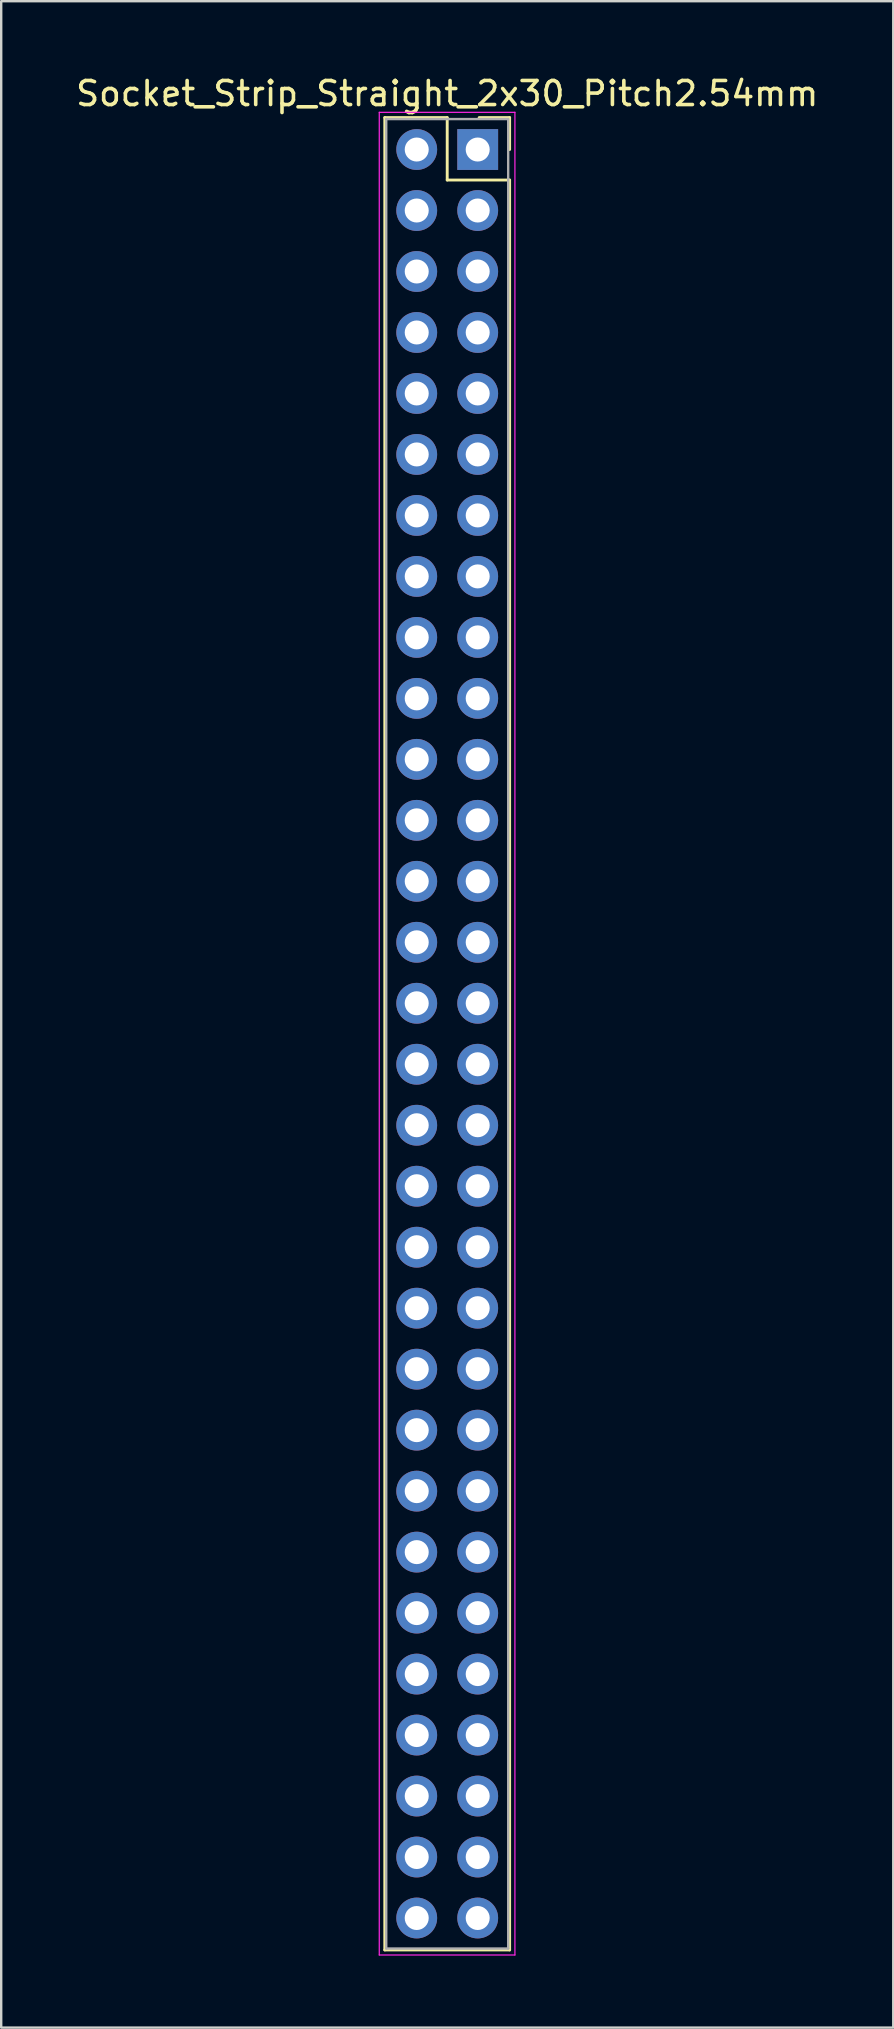
<source format=kicad_pcb>
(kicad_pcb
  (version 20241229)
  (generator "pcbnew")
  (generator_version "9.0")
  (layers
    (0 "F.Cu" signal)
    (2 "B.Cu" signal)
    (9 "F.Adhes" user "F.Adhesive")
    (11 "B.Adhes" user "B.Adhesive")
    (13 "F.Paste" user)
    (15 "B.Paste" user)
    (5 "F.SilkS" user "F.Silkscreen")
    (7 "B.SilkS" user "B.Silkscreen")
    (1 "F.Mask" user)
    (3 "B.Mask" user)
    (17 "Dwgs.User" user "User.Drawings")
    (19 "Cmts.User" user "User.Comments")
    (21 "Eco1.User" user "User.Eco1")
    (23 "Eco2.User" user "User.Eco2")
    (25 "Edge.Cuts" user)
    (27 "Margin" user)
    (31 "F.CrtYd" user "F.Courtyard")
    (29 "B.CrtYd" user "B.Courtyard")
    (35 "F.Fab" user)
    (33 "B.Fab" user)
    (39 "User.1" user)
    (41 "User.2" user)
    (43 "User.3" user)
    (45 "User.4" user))
  (footprint "Socket_Strip_Straight_2x30_Pitch2.54mm"
    (layer "F.Cu")
    (at 16.847 3.178)
    (property "Reference" "Socket_Strip_Straight_2x30_Pitch2.54mm" (at -1.27 -2.33 0) (layer "F.SilkS") (effects (font (size 1 1) (thickness 0.15))))
    (attr through_hole)
    (fp_line (start -3.87 -1.33) (end -1.27 -1.33) (stroke (width 0.12) (type solid)) (layer "F.SilkS"))
    (fp_line (start -3.87 74.99) (end -3.87 -1.33) (stroke (width 0.12) (type solid)) (layer "F.SilkS"))
    (fp_line (start -1.27 -1.33) (end -1.27 1.27) (stroke (width 0.12) (type solid)) (layer "F.SilkS"))
    (fp_line (start -1.27 1.27) (end 1.33 1.27) (stroke (width 0.12) (type solid)) (layer "F.SilkS"))
    (fp_line (start 1.33 -1.33) (end 0.06 -1.33) (stroke (width 0.12) (type solid)) (layer "F.SilkS"))
    (fp_line (start 1.33 0) (end 1.33 -1.33) (stroke (width 0.12) (type solid)) (layer "F.SilkS"))
    (fp_line (start 1.33 1.27) (end 1.33 74.99) (stroke (width 0.12) (type solid)) (layer "F.SilkS"))
    (fp_line (start 1.33 74.99) (end -3.87 74.99) (stroke (width 0.12) (type solid)) (layer "F.SilkS"))
    (fp_line (start -4.1 -1.55) (end -4.1 75.2) (stroke (width 0.05) (type solid)) (layer "F.CrtYd"))
    (fp_line (start -4.1 75.2) (end 1.55 75.2) (stroke (width 0.05) (type solid)) (layer "F.CrtYd"))
    (fp_line (start 1.55 -1.55) (end -4.1 -1.55) (stroke (width 0.05) (type solid)) (layer "F.CrtYd"))
    (fp_line (start 1.55 75.2) (end 1.55 -1.55) (stroke (width 0.05) (type solid)) (layer "F.CrtYd"))
    (fp_line (start -3.81 -1.27) (end -3.81 74.93) (stroke (width 0.1) (type solid)) (layer "F.Fab"))
    (fp_line (start -3.81 74.93) (end 1.27 74.93) (stroke (width 0.1) (type solid)) (layer "F.Fab"))
    (fp_line (start 1.27 -1.27) (end -3.81 -1.27) (stroke (width 0.1) (type solid)) (layer "F.Fab"))
    (fp_line (start 1.27 74.93) (end 1.27 -1.27) (stroke (width 0.1) (type solid)) (layer "F.Fab"))
    (pad "1" thru_hole rect (at 0 0) (size 1.7 1.7) (drill 1) (layers "*.Cu" "*.Mask"))
    (pad "2" thru_hole oval (at -2.54 0) (size 1.7 1.7) (drill 1) (layers "*.Cu" "*.Mask"))
    (pad "3" thru_hole oval (at 0 2.54) (size 1.7 1.7) (drill 1) (layers "*.Cu" "*.Mask"))
    (pad "4" thru_hole oval (at -2.54 2.54) (size 1.7 1.7) (drill 1) (layers "*.Cu" "*.Mask"))
    (pad "5" thru_hole oval (at 0 5.08) (size 1.7 1.7) (drill 1) (layers "*.Cu" "*.Mask"))
    (pad "6" thru_hole oval (at -2.54 5.08) (size 1.7 1.7) (drill 1) (layers "*.Cu" "*.Mask"))
    (pad "7" thru_hole oval (at 0 7.62) (size 1.7 1.7) (drill 1) (layers "*.Cu" "*.Mask"))
    (pad "8" thru_hole oval (at -2.54 7.62) (size 1.7 1.7) (drill 1) (layers "*.Cu" "*.Mask"))
    (pad "9" thru_hole oval (at 0 10.16) (size 1.7 1.7) (drill 1) (layers "*.Cu" "*.Mask"))
    (pad "10" thru_hole oval (at -2.54 10.16) (size 1.7 1.7) (drill 1) (layers "*.Cu" "*.Mask"))
    (pad "11" thru_hole oval (at 0 12.7) (size 1.7 1.7) (drill 1) (layers "*.Cu" "*.Mask"))
    (pad "12" thru_hole oval (at -2.54 12.7) (size 1.7 1.7) (drill 1) (layers "*.Cu" "*.Mask"))
    (pad "13" thru_hole oval (at 0 15.24) (size 1.7 1.7) (drill 1) (layers "*.Cu" "*.Mask"))
    (pad "14" thru_hole oval (at -2.54 15.24) (size 1.7 1.7) (drill 1) (layers "*.Cu" "*.Mask"))
    (pad "15" thru_hole oval (at 0 17.78) (size 1.7 1.7) (drill 1) (layers "*.Cu" "*.Mask"))
    (pad "16" thru_hole oval (at -2.54 17.78) (size 1.7 1.7) (drill 1) (layers "*.Cu" "*.Mask"))
    (pad "17" thru_hole oval (at 0 20.32) (size 1.7 1.7) (drill 1) (layers "*.Cu" "*.Mask"))
    (pad "18" thru_hole oval (at -2.54 20.32) (size 1.7 1.7) (drill 1) (layers "*.Cu" "*.Mask"))
    (pad "19" thru_hole oval (at 0 22.86) (size 1.7 1.7) (drill 1) (layers "*.Cu" "*.Mask"))
    (pad "20" thru_hole oval (at -2.54 22.86) (size 1.7 1.7) (drill 1) (layers "*.Cu" "*.Mask"))
    (pad "21" thru_hole oval (at 0 25.4) (size 1.7 1.7) (drill 1) (layers "*.Cu" "*.Mask"))
    (pad "22" thru_hole oval (at -2.54 25.4) (size 1.7 1.7) (drill 1) (layers "*.Cu" "*.Mask"))
    (pad "23" thru_hole oval (at 0 27.94) (size 1.7 1.7) (drill 1) (layers "*.Cu" "*.Mask"))
    (pad "24" thru_hole oval (at -2.54 27.94) (size 1.7 1.7) (drill 1) (layers "*.Cu" "*.Mask"))
    (pad "25" thru_hole oval (at 0 30.48) (size 1.7 1.7) (drill 1) (layers "*.Cu" "*.Mask"))
    (pad "26" thru_hole oval (at -2.54 30.48) (size 1.7 1.7) (drill 1) (layers "*.Cu" "*.Mask"))
    (pad "27" thru_hole oval (at 0 33.02) (size 1.7 1.7) (drill 1) (layers "*.Cu" "*.Mask"))
    (pad "28" thru_hole oval (at -2.54 33.02) (size 1.7 1.7) (drill 1) (layers "*.Cu" "*.Mask"))
    (pad "29" thru_hole oval (at 0 35.56) (size 1.7 1.7) (drill 1) (layers "*.Cu" "*.Mask"))
    (pad "30" thru_hole oval (at -2.54 35.56) (size 1.7 1.7) (drill 1) (layers "*.Cu" "*.Mask"))
    (pad "31" thru_hole oval (at 0 38.1) (size 1.7 1.7) (drill 1) (layers "*.Cu" "*.Mask"))
    (pad "32" thru_hole oval (at -2.54 38.1) (size 1.7 1.7) (drill 1) (layers "*.Cu" "*.Mask"))
    (pad "33" thru_hole oval (at 0 40.64) (size 1.7 1.7) (drill 1) (layers "*.Cu" "*.Mask"))
    (pad "34" thru_hole oval (at -2.54 40.64) (size 1.7 1.7) (drill 1) (layers "*.Cu" "*.Mask"))
    (pad "35" thru_hole oval (at 0 43.18) (size 1.7 1.7) (drill 1) (layers "*.Cu" "*.Mask"))
    (pad "36" thru_hole oval (at -2.54 43.18) (size 1.7 1.7) (drill 1) (layers "*.Cu" "*.Mask"))
    (pad "37" thru_hole oval (at 0 45.72) (size 1.7 1.7) (drill 1) (layers "*.Cu" "*.Mask"))
    (pad "38" thru_hole oval (at -2.54 45.72) (size 1.7 1.7) (drill 1) (layers "*.Cu" "*.Mask"))
    (pad "39" thru_hole oval (at 0 48.26) (size 1.7 1.7) (drill 1) (layers "*.Cu" "*.Mask"))
    (pad "40" thru_hole oval (at -2.54 48.26) (size 1.7 1.7) (drill 1) (layers "*.Cu" "*.Mask"))
    (pad "41" thru_hole oval (at 0 50.8) (size 1.7 1.7) (drill 1) (layers "*.Cu" "*.Mask"))
    (pad "42" thru_hole oval (at -2.54 50.8) (size 1.7 1.7) (drill 1) (layers "*.Cu" "*.Mask"))
    (pad "43" thru_hole oval (at 0 53.34) (size 1.7 1.7) (drill 1) (layers "*.Cu" "*.Mask"))
    (pad "44" thru_hole oval (at -2.54 53.34) (size 1.7 1.7) (drill 1) (layers "*.Cu" "*.Mask"))
    (pad "45" thru_hole oval (at 0 55.88) (size 1.7 1.7) (drill 1) (layers "*.Cu" "*.Mask"))
    (pad "46" thru_hole oval (at -2.54 55.88) (size 1.7 1.7) (drill 1) (layers "*.Cu" "*.Mask"))
    (pad "47" thru_hole oval (at 0 58.42) (size 1.7 1.7) (drill 1) (layers "*.Cu" "*.Mask"))
    (pad "48" thru_hole oval (at -2.54 58.42) (size 1.7 1.7) (drill 1) (layers "*.Cu" "*.Mask"))
    (pad "49" thru_hole oval (at 0 60.96) (size 1.7 1.7) (drill 1) (layers "*.Cu" "*.Mask"))
    (pad "50" thru_hole oval (at -2.54 60.96) (size 1.7 1.7) (drill 1) (layers "*.Cu" "*.Mask"))
    (pad "51" thru_hole oval (at 0 63.5) (size 1.7 1.7) (drill 1) (layers "*.Cu" "*.Mask"))
    (pad "52" thru_hole oval (at -2.54 63.5) (size 1.7 1.7) (drill 1) (layers "*.Cu" "*.Mask"))
    (pad "53" thru_hole oval (at 0 66.04) (size 1.7 1.7) (drill 1) (layers "*.Cu" "*.Mask"))
    (pad "54" thru_hole oval (at -2.54 66.04) (size 1.7 1.7) (drill 1) (layers "*.Cu" "*.Mask"))
    (pad "55" thru_hole oval (at 0 68.58) (size 1.7 1.7) (drill 1) (layers "*.Cu" "*.Mask"))
    (pad "56" thru_hole oval (at -2.54 68.58) (size 1.7 1.7) (drill 1) (layers "*.Cu" "*.Mask"))
    (pad "57" thru_hole oval (at 0 71.12) (size 1.7 1.7) (drill 1) (layers "*.Cu" "*.Mask"))
    (pad "58" thru_hole oval (at -2.54 71.12) (size 1.7 1.7) (drill 1) (layers "*.Cu" "*.Mask"))
    (pad "59" thru_hole oval (at 0 73.66) (size 1.7 1.7) (drill 1) (layers "*.Cu" "*.Mask"))
    (pad "60" thru_hole oval (at -2.54 73.66) (size 1.7 1.7) (drill 1) (layers "*.Cu" "*.Mask")))
  (gr_rect
    (start -3 -3)
    (end 34.155 81.403)
    (stroke (width 0.1) (type default))
    (fill no)
    (layer "Edge.Cuts")))
</source>
